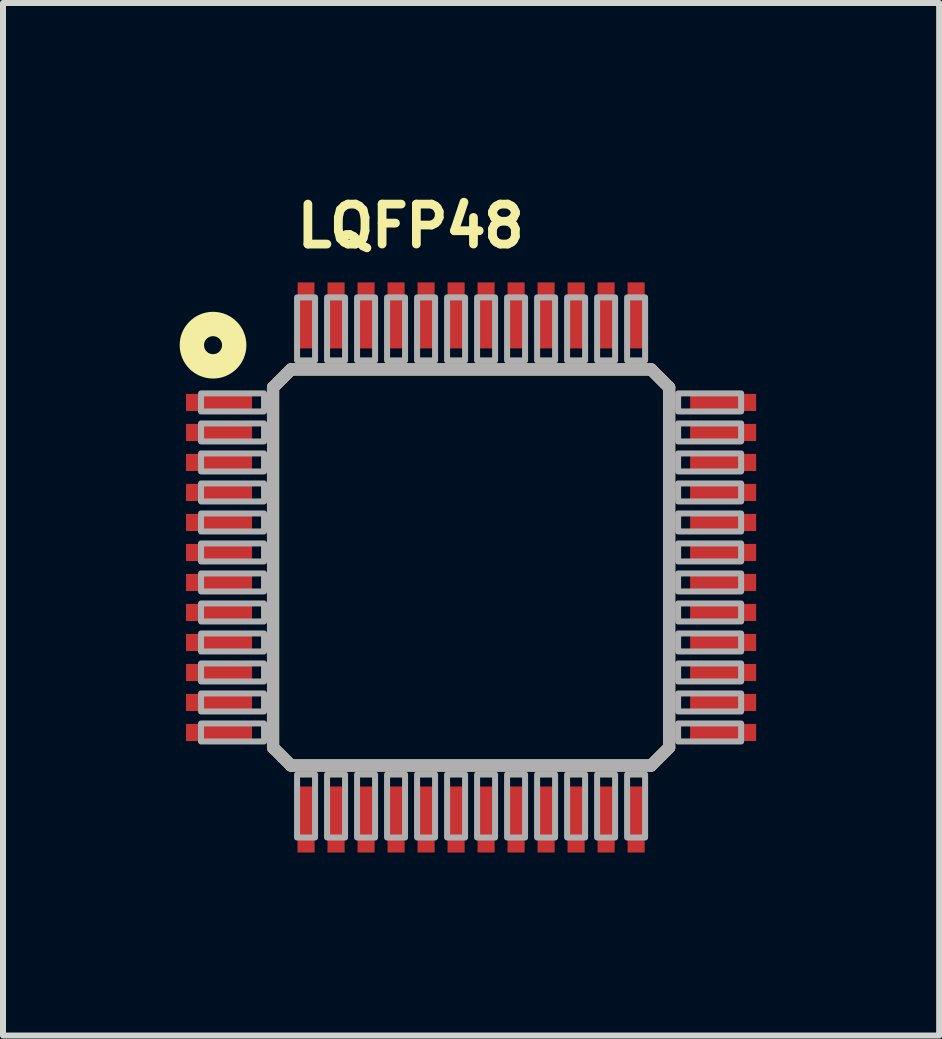
<source format=kicad_pcb>
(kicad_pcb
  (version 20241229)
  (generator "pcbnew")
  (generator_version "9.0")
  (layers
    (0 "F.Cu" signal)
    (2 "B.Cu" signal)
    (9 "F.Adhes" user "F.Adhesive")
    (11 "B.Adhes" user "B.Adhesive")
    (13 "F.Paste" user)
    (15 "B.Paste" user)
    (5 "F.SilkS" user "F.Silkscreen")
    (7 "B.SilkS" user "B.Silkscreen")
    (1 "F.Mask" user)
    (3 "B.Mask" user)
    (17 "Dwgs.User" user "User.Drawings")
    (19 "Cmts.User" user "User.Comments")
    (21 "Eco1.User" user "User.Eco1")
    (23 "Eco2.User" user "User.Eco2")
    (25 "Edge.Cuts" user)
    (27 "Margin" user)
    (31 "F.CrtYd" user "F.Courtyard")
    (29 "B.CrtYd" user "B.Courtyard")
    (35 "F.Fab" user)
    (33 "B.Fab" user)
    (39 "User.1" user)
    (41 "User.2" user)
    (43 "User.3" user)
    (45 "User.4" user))
  (footprint "LQFP48"
    (layer "F.Cu")
    (at 4.8 6.406)
    (property "Reference" "LQFP48" (at -2.974 -5.3 0) (unlocked yes) (layer "F.SilkS") (effects (font (size 0.666 0.666) (thickness 0.146)) (justify left bottom)))
    (fp_poly (pts (xy -3.6 -2.55) (xy -3.6 -2.95) (xy -4.8 -2.95) (xy -4.8 -2.55)) (stroke (width 0) (type default)) (fill yes) (layer "F.Mask"))
    (fp_poly (pts (xy -3.6 -2.05) (xy -3.6 -2.45) (xy -4.8 -2.45) (xy -4.8 -2.05)) (stroke (width 0) (type default)) (fill yes) (layer "F.Mask"))
    (fp_poly (pts (xy -3.6 -1.55) (xy -3.6 -1.95) (xy -4.8 -1.95) (xy -4.8 -1.55)) (stroke (width 0) (type default)) (fill yes) (layer "F.Mask"))
    (fp_poly (pts (xy -3.6 -1.05) (xy -3.6 -1.45) (xy -4.8 -1.45) (xy -4.8 -1.05)) (stroke (width 0) (type default)) (fill yes) (layer "F.Mask"))
    (fp_poly (pts (xy -3.6 -0.55) (xy -3.6 -0.95) (xy -4.8 -0.95) (xy -4.8 -0.55)) (stroke (width 0) (type default)) (fill yes) (layer "F.Mask"))
    (fp_poly (pts (xy -3.6 -0.05) (xy -3.6 -0.45) (xy -4.8 -0.45) (xy -4.8 -0.05)) (stroke (width 0) (type default)) (fill yes) (layer "F.Mask"))
    (fp_poly (pts (xy -3.6 0.45) (xy -3.6 0.05) (xy -4.8 0.05) (xy -4.8 0.45)) (stroke (width 0) (type default)) (fill yes) (layer "F.Mask"))
    (fp_poly (pts (xy -3.6 0.95) (xy -3.6 0.55) (xy -4.8 0.55) (xy -4.8 0.95)) (stroke (width 0) (type default)) (fill yes) (layer "F.Mask"))
    (fp_poly (pts (xy -3.6 1.45) (xy -3.6 1.05) (xy -4.8 1.05) (xy -4.8 1.45)) (stroke (width 0) (type default)) (fill yes) (layer "F.Mask"))
    (fp_poly (pts (xy -3.6 1.95) (xy -3.6 1.55) (xy -4.8 1.55) (xy -4.8 1.95)) (stroke (width 0) (type default)) (fill yes) (layer "F.Mask"))
    (fp_poly (pts (xy -3.6 2.45) (xy -3.6 2.05) (xy -4.8 2.05) (xy -4.8 2.45)) (stroke (width 0) (type default)) (fill yes) (layer "F.Mask"))
    (fp_poly (pts (xy -3.6 2.95) (xy -3.6 2.55) (xy -4.8 2.55) (xy -4.8 2.95)) (stroke (width 0) (type default)) (fill yes) (layer "F.Mask"))
    (fp_poly (pts (xy -2.95 -3.6) (xy -2.55 -3.6) (xy -2.55 -4.8) (xy -2.95 -4.8)) (stroke (width 0) (type default)) (fill yes) (layer "F.Mask"))
    (fp_poly (pts (xy -2.95 4.8) (xy -2.55 4.8) (xy -2.55 3.6) (xy -2.95 3.6)) (stroke (width 0) (type default)) (fill yes) (layer "F.Mask"))
    (fp_poly (pts (xy -2.45 -3.6) (xy -2.05 -3.6) (xy -2.05 -4.8) (xy -2.45 -4.8)) (stroke (width 0) (type default)) (fill yes) (layer "F.Mask"))
    (fp_poly (pts (xy -2.45 4.8) (xy -2.05 4.8) (xy -2.05 3.6) (xy -2.45 3.6)) (stroke (width 0) (type default)) (fill yes) (layer "F.Mask"))
    (fp_poly (pts (xy -1.95 -3.6) (xy -1.55 -3.6) (xy -1.55 -4.8) (xy -1.95 -4.8)) (stroke (width 0) (type default)) (fill yes) (layer "F.Mask"))
    (fp_poly (pts (xy -1.95 4.8) (xy -1.55 4.8) (xy -1.55 3.6) (xy -1.95 3.6)) (stroke (width 0) (type default)) (fill yes) (layer "F.Mask"))
    (fp_poly (pts (xy -1.45 -3.6) (xy -1.05 -3.6) (xy -1.05 -4.8) (xy -1.45 -4.8)) (stroke (width 0) (type default)) (fill yes) (layer "F.Mask"))
    (fp_poly (pts (xy -1.45 4.8) (xy -1.05 4.8) (xy -1.05 3.6) (xy -1.45 3.6)) (stroke (width 0) (type default)) (fill yes) (layer "F.Mask"))
    (fp_poly (pts (xy -0.95 -3.6) (xy -0.55 -3.6) (xy -0.55 -4.8) (xy -0.95 -4.8)) (stroke (width 0) (type default)) (fill yes) (layer "F.Mask"))
    (fp_poly (pts (xy -0.95 4.8) (xy -0.55 4.8) (xy -0.55 3.6) (xy -0.95 3.6)) (stroke (width 0) (type default)) (fill yes) (layer "F.Mask"))
    (fp_poly (pts (xy -0.45 -3.6) (xy -0.05 -3.6) (xy -0.05 -4.8) (xy -0.45 -4.8)) (stroke (width 0) (type default)) (fill yes) (layer "F.Mask"))
    (fp_poly (pts (xy -0.45 4.8) (xy -0.05 4.8) (xy -0.05 3.6) (xy -0.45 3.6)) (stroke (width 0) (type default)) (fill yes) (layer "F.Mask"))
    (fp_poly (pts (xy 0.05 -3.6) (xy 0.45 -3.6) (xy 0.45 -4.8) (xy 0.05 -4.8)) (stroke (width 0) (type default)) (fill yes) (layer "F.Mask"))
    (fp_poly (pts (xy 0.05 4.8) (xy 0.45 4.8) (xy 0.45 3.6) (xy 0.05 3.6)) (stroke (width 0) (type default)) (fill yes) (layer "F.Mask"))
    (fp_poly (pts (xy 0.55 -3.6) (xy 0.95 -3.6) (xy 0.95 -4.8) (xy 0.55 -4.8)) (stroke (width 0) (type default)) (fill yes) (layer "F.Mask"))
    (fp_poly (pts (xy 0.55 4.8) (xy 0.95 4.8) (xy 0.95 3.6) (xy 0.55 3.6)) (stroke (width 0) (type default)) (fill yes) (layer "F.Mask"))
    (fp_poly (pts (xy 1.05 -3.6) (xy 1.45 -3.6) (xy 1.45 -4.8) (xy 1.05 -4.8)) (stroke (width 0) (type default)) (fill yes) (layer "F.Mask"))
    (fp_poly (pts (xy 1.05 4.8) (xy 1.45 4.8) (xy 1.45 3.6) (xy 1.05 3.6)) (stroke (width 0) (type default)) (fill yes) (layer "F.Mask"))
    (fp_poly (pts (xy 1.55 -3.6) (xy 1.95 -3.6) (xy 1.95 -4.8) (xy 1.55 -4.8)) (stroke (width 0) (type default)) (fill yes) (layer "F.Mask"))
    (fp_poly (pts (xy 1.55 4.8) (xy 1.95 4.8) (xy 1.95 3.6) (xy 1.55 3.6)) (stroke (width 0) (type default)) (fill yes) (layer "F.Mask"))
    (fp_poly (pts (xy 2.05 -3.6) (xy 2.45 -3.6) (xy 2.45 -4.8) (xy 2.05 -4.8)) (stroke (width 0) (type default)) (fill yes) (layer "F.Mask"))
    (fp_poly (pts (xy 2.05 4.8) (xy 2.45 4.8) (xy 2.45 3.6) (xy 2.05 3.6)) (stroke (width 0) (type default)) (fill yes) (layer "F.Mask"))
    (fp_poly (pts (xy 2.55 -3.6) (xy 2.95 -3.6) (xy 2.95 -4.8) (xy 2.55 -4.8)) (stroke (width 0) (type default)) (fill yes) (layer "F.Mask"))
    (fp_poly (pts (xy 2.55 4.8) (xy 2.95 4.8) (xy 2.95 3.6) (xy 2.55 3.6)) (stroke (width 0) (type default)) (fill yes) (layer "F.Mask"))
    (fp_poly (pts (xy 4.8 -2.55) (xy 4.8 -2.95) (xy 3.6 -2.95) (xy 3.6 -2.55)) (stroke (width 0) (type default)) (fill yes) (layer "F.Mask"))
    (fp_poly (pts (xy 4.8 -2.05) (xy 4.8 -2.45) (xy 3.6 -2.45) (xy 3.6 -2.05)) (stroke (width 0) (type default)) (fill yes) (layer "F.Mask"))
    (fp_poly (pts (xy 4.8 -1.55) (xy 4.8 -1.95) (xy 3.6 -1.95) (xy 3.6 -1.55)) (stroke (width 0) (type default)) (fill yes) (layer "F.Mask"))
    (fp_poly (pts (xy 4.8 -1.05) (xy 4.8 -1.45) (xy 3.6 -1.45) (xy 3.6 -1.05)) (stroke (width 0) (type default)) (fill yes) (layer "F.Mask"))
    (fp_poly (pts (xy 4.8 -0.55) (xy 4.8 -0.95) (xy 3.6 -0.95) (xy 3.6 -0.55)) (stroke (width 0) (type default)) (fill yes) (layer "F.Mask"))
    (fp_poly (pts (xy 4.8 -0.05) (xy 4.8 -0.45) (xy 3.6 -0.45) (xy 3.6 -0.05)) (stroke (width 0) (type default)) (fill yes) (layer "F.Mask"))
    (fp_poly (pts (xy 4.8 0.45) (xy 4.8 0.05) (xy 3.6 0.05) (xy 3.6 0.45)) (stroke (width 0) (type default)) (fill yes) (layer "F.Mask"))
    (fp_poly (pts (xy 4.8 0.95) (xy 4.8 0.55) (xy 3.6 0.55) (xy 3.6 0.95)) (stroke (width 0) (type default)) (fill yes) (layer "F.Mask"))
    (fp_poly (pts (xy 4.8 1.45) (xy 4.8 1.05) (xy 3.6 1.05) (xy 3.6 1.45)) (stroke (width 0) (type default)) (fill yes) (layer "F.Mask"))
    (fp_poly (pts (xy 4.8 1.95) (xy 4.8 1.55) (xy 3.6 1.55) (xy 3.6 1.95)) (stroke (width 0) (type default)) (fill yes) (layer "F.Mask"))
    (fp_poly (pts (xy 4.8 2.45) (xy 4.8 2.05) (xy 3.6 2.05) (xy 3.6 2.45)) (stroke (width 0) (type default)) (fill yes) (layer "F.Mask"))
    (fp_poly (pts (xy 4.8 2.95) (xy 4.8 2.55) (xy 3.6 2.55) (xy 3.6 2.95)) (stroke (width 0) (type default)) (fill yes) (layer "F.Mask"))
    (fp_line (start -3.3 -3) (end -3.3 3) (stroke (width 0.203) (type solid)) (layer "F.SilkS"))
    (fp_line (start -3.3 3) (end -3 3.3) (stroke (width 0.203) (type solid)) (layer "F.SilkS"))
    (fp_line (start -3 -3.3) (end -3.3 -3) (stroke (width 0.203) (type solid)) (layer "F.SilkS"))
    (fp_line (start -3 3.3) (end 3 3.3) (stroke (width 0.203) (type solid)) (layer "F.SilkS"))
    (fp_line (start 3 -3.3) (end -3 -3.3) (stroke (width 0.203) (type solid)) (layer "F.SilkS"))
    (fp_line (start 3 3.3) (end 3.3 3) (stroke (width 0.203) (type solid)) (layer "F.SilkS"))
    (fp_line (start 3.3 -3) (end 3 -3.3) (stroke (width 0.203) (type solid)) (layer "F.SilkS"))
    (fp_line (start 3.3 3) (end 3.3 -3) (stroke (width 0.203) (type solid)) (layer "F.SilkS"))
    (fp_circle (center -4.3 -3.704) (end -4.15 -3.704) (stroke (width 0.406) (type solid)) (fill no) (layer "F.SilkS"))
    (fp_line (start -3.3 -3) (end -3.3 3) (stroke (width 0.203) (type solid)) (layer "F.Fab"))
    (fp_line (start -3.3 3) (end -3 3.3) (stroke (width 0.203) (type solid)) (layer "F.Fab"))
    (fp_line (start -3 -3.3) (end -3.3 -3) (stroke (width 0.203) (type solid)) (layer "F.Fab"))
    (fp_line (start -3 3.3) (end 3 3.3) (stroke (width 0.203) (type solid)) (layer "F.Fab"))
    (fp_line (start 3 -3.3) (end -3 -3.3) (stroke (width 0.203) (type solid)) (layer "F.Fab"))
    (fp_line (start 3 3.3) (end 3.3 3) (stroke (width 0.203) (type solid)) (layer "F.Fab"))
    (fp_line (start 3.3 -3) (end 3 -3.3) (stroke (width 0.203) (type solid)) (layer "F.Fab"))
    (fp_line (start 3.3 3) (end 3.3 -3) (stroke (width 0.203) (type solid)) (layer "F.Fab"))
    (fp_poly (pts (xy -4.5 -2.6) (xy -3.45 -2.6) (xy -3.45 -2.9) (xy -4.5 -2.9)) (stroke (width 0.1) (type default)) (fill no) (layer "F.Fab"))
    (fp_poly (pts (xy -4.5 -2.1) (xy -3.45 -2.1) (xy -3.45 -2.4) (xy -4.5 -2.4)) (stroke (width 0.1) (type default)) (fill no) (layer "F.Fab"))
    (fp_poly (pts (xy -4.5 -1.6) (xy -3.45 -1.6) (xy -3.45 -1.9) (xy -4.5 -1.9)) (stroke (width 0.1) (type default)) (fill no) (layer "F.Fab"))
    (fp_poly (pts (xy -4.5 -1.1) (xy -3.45 -1.1) (xy -3.45 -1.4) (xy -4.5 -1.4)) (stroke (width 0.1) (type default)) (fill no) (layer "F.Fab"))
    (fp_poly (pts (xy -4.5 -0.6) (xy -3.45 -0.6) (xy -3.45 -0.9) (xy -4.5 -0.9)) (stroke (width 0.1) (type default)) (fill no) (layer "F.Fab"))
    (fp_poly (pts (xy -4.5 -0.1) (xy -3.45 -0.1) (xy -3.45 -0.4) (xy -4.5 -0.4)) (stroke (width 0.1) (type default)) (fill no) (layer "F.Fab"))
    (fp_poly (pts (xy -4.5 0.4) (xy -3.45 0.4) (xy -3.45 0.1) (xy -4.5 0.1)) (stroke (width 0.1) (type default)) (fill no) (layer "F.Fab"))
    (fp_poly (pts (xy -4.5 0.9) (xy -3.45 0.9) (xy -3.45 0.6) (xy -4.5 0.6)) (stroke (width 0.1) (type default)) (fill no) (layer "F.Fab"))
    (fp_poly (pts (xy -4.5 1.4) (xy -3.45 1.4) (xy -3.45 1.1) (xy -4.5 1.1)) (stroke (width 0.1) (type default)) (fill no) (layer "F.Fab"))
    (fp_poly (pts (xy -4.5 1.9) (xy -3.45 1.9) (xy -3.45 1.6) (xy -4.5 1.6)) (stroke (width 0.1) (type default)) (fill no) (layer "F.Fab"))
    (fp_poly (pts (xy -4.5 2.4) (xy -3.45 2.4) (xy -3.45 2.1) (xy -4.5 2.1)) (stroke (width 0.1) (type default)) (fill no) (layer "F.Fab"))
    (fp_poly (pts (xy -4.5 2.9) (xy -3.45 2.9) (xy -3.45 2.6) (xy -4.5 2.6)) (stroke (width 0.1) (type default)) (fill no) (layer "F.Fab"))
    (fp_poly (pts (xy -2.9 -3.45) (xy -2.6 -3.45) (xy -2.6 -4.5) (xy -2.9 -4.5)) (stroke (width 0.1) (type default)) (fill no) (layer "F.Fab"))
    (fp_poly (pts (xy -2.9 4.5) (xy -2.6 4.5) (xy -2.6 3.45) (xy -2.9 3.45)) (stroke (width 0.1) (type default)) (fill no) (layer "F.Fab"))
    (fp_poly (pts (xy -2.4 -3.45) (xy -2.1 -3.45) (xy -2.1 -4.5) (xy -2.4 -4.5)) (stroke (width 0.1) (type default)) (fill no) (layer "F.Fab"))
    (fp_poly (pts (xy -2.4 4.5) (xy -2.1 4.5) (xy -2.1 3.45) (xy -2.4 3.45)) (stroke (width 0.1) (type default)) (fill no) (layer "F.Fab"))
    (fp_poly (pts (xy -1.9 -3.45) (xy -1.6 -3.45) (xy -1.6 -4.5) (xy -1.9 -4.5)) (stroke (width 0.1) (type default)) (fill no) (layer "F.Fab"))
    (fp_poly (pts (xy -1.9 4.5) (xy -1.6 4.5) (xy -1.6 3.45) (xy -1.9 3.45)) (stroke (width 0.1) (type default)) (fill no) (layer "F.Fab"))
    (fp_poly (pts (xy -1.4 -3.45) (xy -1.1 -3.45) (xy -1.1 -4.5) (xy -1.4 -4.5)) (stroke (width 0.1) (type default)) (fill no) (layer "F.Fab"))
    (fp_poly (pts (xy -1.4 4.5) (xy -1.1 4.5) (xy -1.1 3.45) (xy -1.4 3.45)) (stroke (width 0.1) (type default)) (fill no) (layer "F.Fab"))
    (fp_poly (pts (xy -0.9 -3.45) (xy -0.6 -3.45) (xy -0.6 -4.5) (xy -0.9 -4.5)) (stroke (width 0.1) (type default)) (fill no) (layer "F.Fab"))
    (fp_poly (pts (xy -0.9 4.5) (xy -0.6 4.5) (xy -0.6 3.45) (xy -0.9 3.45)) (stroke (width 0.1) (type default)) (fill no) (layer "F.Fab"))
    (fp_poly (pts (xy -0.4 -3.45) (xy -0.1 -3.45) (xy -0.1 -4.5) (xy -0.4 -4.5)) (stroke (width 0.1) (type default)) (fill no) (layer "F.Fab"))
    (fp_poly (pts (xy -0.4 4.5) (xy -0.1 4.5) (xy -0.1 3.45) (xy -0.4 3.45)) (stroke (width 0.1) (type default)) (fill no) (layer "F.Fab"))
    (fp_poly (pts (xy 0.1 -3.45) (xy 0.4 -3.45) (xy 0.4 -4.5) (xy 0.1 -4.5)) (stroke (width 0.1) (type default)) (fill no) (layer "F.Fab"))
    (fp_poly (pts (xy 0.1 4.5) (xy 0.4 4.5) (xy 0.4 3.45) (xy 0.1 3.45)) (stroke (width 0.1) (type default)) (fill no) (layer "F.Fab"))
    (fp_poly (pts (xy 0.6 -3.45) (xy 0.9 -3.45) (xy 0.9 -4.5) (xy 0.6 -4.5)) (stroke (width 0.1) (type default)) (fill no) (layer "F.Fab"))
    (fp_poly (pts (xy 0.6 4.5) (xy 0.9 4.5) (xy 0.9 3.45) (xy 0.6 3.45)) (stroke (width 0.1) (type default)) (fill no) (layer "F.Fab"))
    (fp_poly (pts (xy 1.1 -3.45) (xy 1.4 -3.45) (xy 1.4 -4.5) (xy 1.1 -4.5)) (stroke (width 0.1) (type default)) (fill no) (layer "F.Fab"))
    (fp_poly (pts (xy 1.1 4.5) (xy 1.4 4.5) (xy 1.4 3.45) (xy 1.1 3.45)) (stroke (width 0.1) (type default)) (fill no) (layer "F.Fab"))
    (fp_poly (pts (xy 1.6 -3.45) (xy 1.9 -3.45) (xy 1.9 -4.5) (xy 1.6 -4.5)) (stroke (width 0.1) (type default)) (fill no) (layer "F.Fab"))
    (fp_poly (pts (xy 1.6 4.5) (xy 1.9 4.5) (xy 1.9 3.45) (xy 1.6 3.45)) (stroke (width 0.1) (type default)) (fill no) (layer "F.Fab"))
    (fp_poly (pts (xy 2.1 -3.45) (xy 2.4 -3.45) (xy 2.4 -4.5) (xy 2.1 -4.5)) (stroke (width 0.1) (type default)) (fill no) (layer "F.Fab"))
    (fp_poly (pts (xy 2.1 4.5) (xy 2.4 4.5) (xy 2.4 3.45) (xy 2.1 3.45)) (stroke (width 0.1) (type default)) (fill no) (layer "F.Fab"))
    (fp_poly (pts (xy 2.6 -3.45) (xy 2.9 -3.45) (xy 2.9 -4.5) (xy 2.6 -4.5)) (stroke (width 0.1) (type default)) (fill no) (layer "F.Fab"))
    (fp_poly (pts (xy 2.6 4.5) (xy 2.9 4.5) (xy 2.9 3.45) (xy 2.6 3.45)) (stroke (width 0.1) (type default)) (fill no) (layer "F.Fab"))
    (fp_poly (pts (xy 3.45 -2.6) (xy 4.5 -2.6) (xy 4.5 -2.9) (xy 3.45 -2.9)) (stroke (width 0.1) (type default)) (fill no) (layer "F.Fab"))
    (fp_poly (pts (xy 3.45 -2.1) (xy 4.5 -2.1) (xy 4.5 -2.4) (xy 3.45 -2.4)) (stroke (width 0.1) (type default)) (fill no) (layer "F.Fab"))
    (fp_poly (pts (xy 3.45 -1.6) (xy 4.5 -1.6) (xy 4.5 -1.9) (xy 3.45 -1.9)) (stroke (width 0.1) (type default)) (fill no) (layer "F.Fab"))
    (fp_poly (pts (xy 3.45 -1.1) (xy 4.5 -1.1) (xy 4.5 -1.4) (xy 3.45 -1.4)) (stroke (width 0.1) (type default)) (fill no) (layer "F.Fab"))
    (fp_poly (pts (xy 3.45 -0.6) (xy 4.5 -0.6) (xy 4.5 -0.9) (xy 3.45 -0.9)) (stroke (width 0.1) (type default)) (fill no) (layer "F.Fab"))
    (fp_poly (pts (xy 3.45 -0.1) (xy 4.5 -0.1) (xy 4.5 -0.4) (xy 3.45 -0.4)) (stroke (width 0.1) (type default)) (fill no) (layer "F.Fab"))
    (fp_poly (pts (xy 3.45 0.4) (xy 4.5 0.4) (xy 4.5 0.1) (xy 3.45 0.1)) (stroke (width 0.1) (type default)) (fill no) (layer "F.Fab"))
    (fp_poly (pts (xy 3.45 0.9) (xy 4.5 0.9) (xy 4.5 0.6) (xy 3.45 0.6)) (stroke (width 0.1) (type default)) (fill no) (layer "F.Fab"))
    (fp_poly (pts (xy 3.45 1.4) (xy 4.5 1.4) (xy 4.5 1.1) (xy 3.45 1.1)) (stroke (width 0.1) (type default)) (fill no) (layer "F.Fab"))
    (fp_poly (pts (xy 3.45 1.9) (xy 4.5 1.9) (xy 4.5 1.6) (xy 3.45 1.6)) (stroke (width 0.1) (type default)) (fill no) (layer "F.Fab"))
    (fp_poly (pts (xy 3.45 2.4) (xy 4.5 2.4) (xy 4.5 2.1) (xy 3.45 2.1)) (stroke (width 0.1) (type default)) (fill no) (layer "F.Fab"))
    (fp_poly (pts (xy 3.45 2.9) (xy 4.5 2.9) (xy 4.5 2.6) (xy 3.45 2.6)) (stroke (width 0.1) (type default)) (fill no) (layer "F.Fab"))
    (pad "1" smd rect (at -4.2 -2.75) (size 1.1 0.285) (layers "F.Cu" "F.Paste"))
    (pad "2" smd rect (at -4.2 -2.25) (size 1.1 0.285) (layers "F.Cu" "F.Paste"))
    (pad "3" smd rect (at -4.2 -1.75) (size 1.1 0.285) (layers "F.Cu" "F.Paste"))
    (pad "4" smd rect (at -4.2 -1.25) (size 1.1 0.285) (layers "F.Cu" "F.Paste"))
    (pad "5" smd rect (at -4.2 -0.75) (size 1.1 0.285) (layers "F.Cu" "F.Paste"))
    (pad "6" smd rect (at -4.2 -0.25) (size 1.1 0.285) (layers "F.Cu" "F.Paste"))
    (pad "7" smd rect (at -4.2 0.25) (size 1.1 0.285) (layers "F.Cu" "F.Paste"))
    (pad "8" smd rect (at -4.2 0.75) (size 1.1 0.285) (layers "F.Cu" "F.Paste"))
    (pad "9" smd rect (at -4.2 1.25) (size 1.1 0.285) (layers "F.Cu" "F.Paste"))
    (pad "10" smd rect (at -4.2 1.75) (size 1.1 0.285) (layers "F.Cu" "F.Paste"))
    (pad "11" smd rect (at -4.2 2.25) (size 1.1 0.285) (layers "F.Cu" "F.Paste"))
    (pad "12" smd rect (at -4.2 2.75) (size 1.1 0.285) (layers "F.Cu" "F.Paste"))
    (pad "13" smd rect (at -2.75 4.2) (size 0.285 1.1) (layers "F.Cu" "F.Paste"))
    (pad "14" smd rect (at -2.25 4.2) (size 0.285 1.1) (layers "F.Cu" "F.Paste"))
    (pad "15" smd rect (at -1.75 4.2) (size 0.285 1.1) (layers "F.Cu" "F.Paste"))
    (pad "16" smd rect (at -1.25 4.2) (size 0.285 1.1) (layers "F.Cu" "F.Paste"))
    (pad "17" smd rect (at -0.75 4.2) (size 0.285 1.1) (layers "F.Cu" "F.Paste"))
    (pad "18" smd rect (at -0.25 4.2) (size 0.285 1.1) (layers "F.Cu" "F.Paste"))
    (pad "19" smd rect (at 0.25 4.2) (size 0.285 1.1) (layers "F.Cu" "F.Paste"))
    (pad "20" smd rect (at 0.75 4.2) (size 0.285 1.1) (layers "F.Cu" "F.Paste"))
    (pad "21" smd rect (at 1.25 4.2) (size 0.285 1.1) (layers "F.Cu" "F.Paste"))
    (pad "22" smd rect (at 1.75 4.2) (size 0.285 1.1) (layers "F.Cu" "F.Paste"))
    (pad "23" smd rect (at 2.25 4.2) (size 0.285 1.1) (layers "F.Cu" "F.Paste"))
    (pad "24" smd rect (at 2.75 4.2) (size 0.285 1.1) (layers "F.Cu" "F.Paste"))
    (pad "25" smd rect (at 4.2 2.75) (size 1.1 0.285) (layers "F.Cu" "F.Paste"))
    (pad "26" smd rect (at 4.2 2.25) (size 1.1 0.285) (layers "F.Cu" "F.Paste"))
    (pad "27" smd rect (at 4.2 1.75) (size 1.1 0.285) (layers "F.Cu" "F.Paste"))
    (pad "28" smd rect (at 4.2 1.25) (size 1.1 0.285) (layers "F.Cu" "F.Paste"))
    (pad "29" smd rect (at 4.2 0.75) (size 1.1 0.285) (layers "F.Cu" "F.Paste"))
    (pad "30" smd rect (at 4.2 0.25) (size 1.1 0.285) (layers "F.Cu" "F.Paste"))
    (pad "31" smd rect (at 4.2 -0.25) (size 1.1 0.285) (layers "F.Cu" "F.Paste"))
    (pad "32" smd rect (at 4.2 -0.75) (size 1.1 0.285) (layers "F.Cu" "F.Paste"))
    (pad "33" smd rect (at 4.2 -1.25) (size 1.1 0.285) (layers "F.Cu" "F.Paste"))
    (pad "34" smd rect (at 4.2 -1.75) (size 1.1 0.285) (layers "F.Cu" "F.Paste"))
    (pad "35" smd rect (at 4.2 -2.25) (size 1.1 0.285) (layers "F.Cu" "F.Paste"))
    (pad "36" smd rect (at 4.2 -2.75) (size 1.1 0.285) (layers "F.Cu" "F.Paste"))
    (pad "37" smd rect (at 2.75 -4.2) (size 0.285 1.1) (layers "F.Cu" "F.Paste"))
    (pad "38" smd rect (at 2.25 -4.2) (size 0.285 1.1) (layers "F.Cu" "F.Paste"))
    (pad "39" smd rect (at 1.75 -4.2) (size 0.285 1.1) (layers "F.Cu" "F.Paste"))
    (pad "40" smd rect (at 1.25 -4.2) (size 0.285 1.1) (layers "F.Cu" "F.Paste"))
    (pad "41" smd rect (at 0.75 -4.2) (size 0.285 1.1) (layers "F.Cu" "F.Paste"))
    (pad "42" smd rect (at 0.25 -4.2) (size 0.285 1.1) (layers "F.Cu" "F.Paste"))
    (pad "43" smd rect (at -0.25 -4.2) (size 0.285 1.1) (layers "F.Cu" "F.Paste"))
    (pad "44" smd rect (at -0.75 -4.2) (size 0.285 1.1) (layers "F.Cu" "F.Paste"))
    (pad "45" smd rect (at -1.25 -4.2) (size 0.285 1.1) (layers "F.Cu" "F.Paste"))
    (pad "46" smd rect (at -1.75 -4.2) (size 0.285 1.1) (layers "F.Cu" "F.Paste"))
    (pad "47" smd rect (at -2.25 -4.2) (size 0.285 1.1) (layers "F.Cu" "F.Paste"))
    (pad "48" smd rect (at -2.75 -4.2) (size 0.28 1.1) (layers "F.Cu" "F.Paste")))
  (gr_rect
    (start -3 -3)
    (end 12.6 14.206)
    (stroke (width 0.1) (type default))
    (fill no)
    (layer "Edge.Cuts")))
</source>
